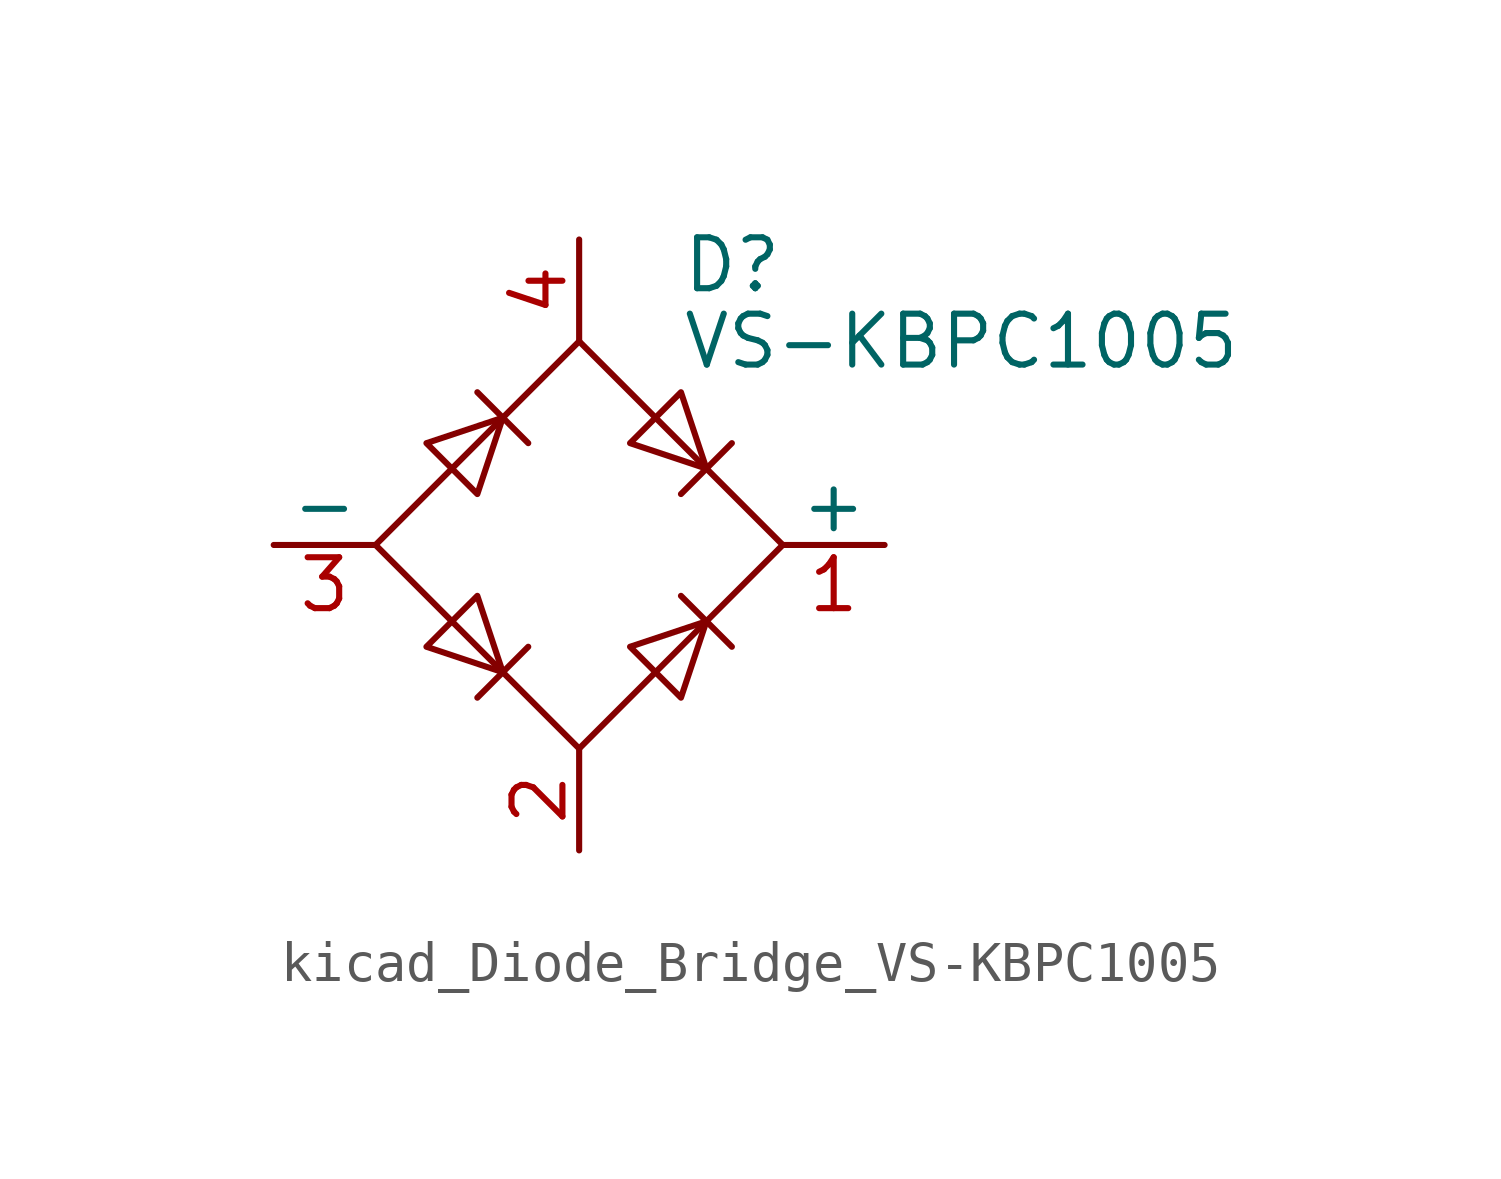
<source format=kicad_sym>
(kicad_symbol_lib
  (version 20220914)
  (generator kicad_symbol_editor)
  (symbol "kicad_Diode_Bridge_VS-KBPC1005"
    (pin_names
      (offset 0))
    (property "Reference" "D"
      (at 2.54 6.985 0)
      (effects (font (size 1.27 1.27)) (justify left)))
    (property "Value" "VS-KBPC1005"
      (at 2.54 5.08 0)
      (effects (font (size 1.27 1.27)) (justify left)))
    (symbol "kicad_Diode_Bridge_VS-KBPC1005_0_1"
      (polyline (pts (xy -2.54 3.81) (xy -1.27 2.54)) (stroke (width 0) (type default)) (fill (type none)))
      (polyline (pts (xy -1.27 -2.54) (xy -2.54 -3.81)) (stroke (width 0) (type default)) (fill (type none)))
      (polyline (pts (xy 2.54 -1.27) (xy 3.81 -2.54)) (stroke (width 0) (type default)) (fill (type none)))
      (polyline (pts (xy 2.54 1.27) (xy 3.81 2.54)) (stroke (width 0) (type default)) (fill (type none)))
      (polyline (pts (xy -3.81 2.54) (xy -2.54 1.27) (xy -1.905 3.175) (xy -3.81 2.54)) (stroke (width 0) (type default)) (fill (type none)))
      (polyline (pts (xy -2.54 -1.27) (xy -3.81 -2.54) (xy -1.905 -3.175) (xy -2.54 -1.27)) (stroke (width 0) (type default)) (fill (type none)))
      (polyline (pts (xy 1.27 2.54) (xy 2.54 3.81) (xy 3.175 1.905) (xy 1.27 2.54)) (stroke (width 0) (type default)) (fill (type none)))
      (polyline (pts (xy 3.175 -1.905) (xy 1.27 -2.54) (xy 2.54 -3.81) (xy 3.175 -1.905)) (stroke (width 0) (type default)) (fill (type none)))
      (polyline (pts (xy -5.08 0) (xy 0 -5.08) (xy 5.08 0) (xy 0 5.08) (xy -5.08 0)) (stroke (width 0) (type default)) (fill (type none))))
    (symbol "kicad_Diode_Bridge_VS-KBPC1005_1_1"
      (pin passive line (at 7.62 0 180) (length 2.54) (name "+" (effects (font (size 1.27 1.27)))) (number "1" (effects (font (size 1.27 1.27)))))
      (pin passive line (at 0 -7.62 90) (length 2.54) (name "~" (effects (font (size 1.27 1.27)))) (number "2" (effects (font (size 1.27 1.27)))))
      (pin passive line (at -7.62 0 0) (length 2.54) (name "-" (effects (font (size 1.27 1.27)))) (number "3" (effects (font (size 1.27 1.27)))))
      (pin passive line (at 0 7.62 270) (length 2.54) (name "~" (effects (font (size 1.27 1.27)))) (number "4" (effects (font (size 1.27 1.27))))))))
</source>
